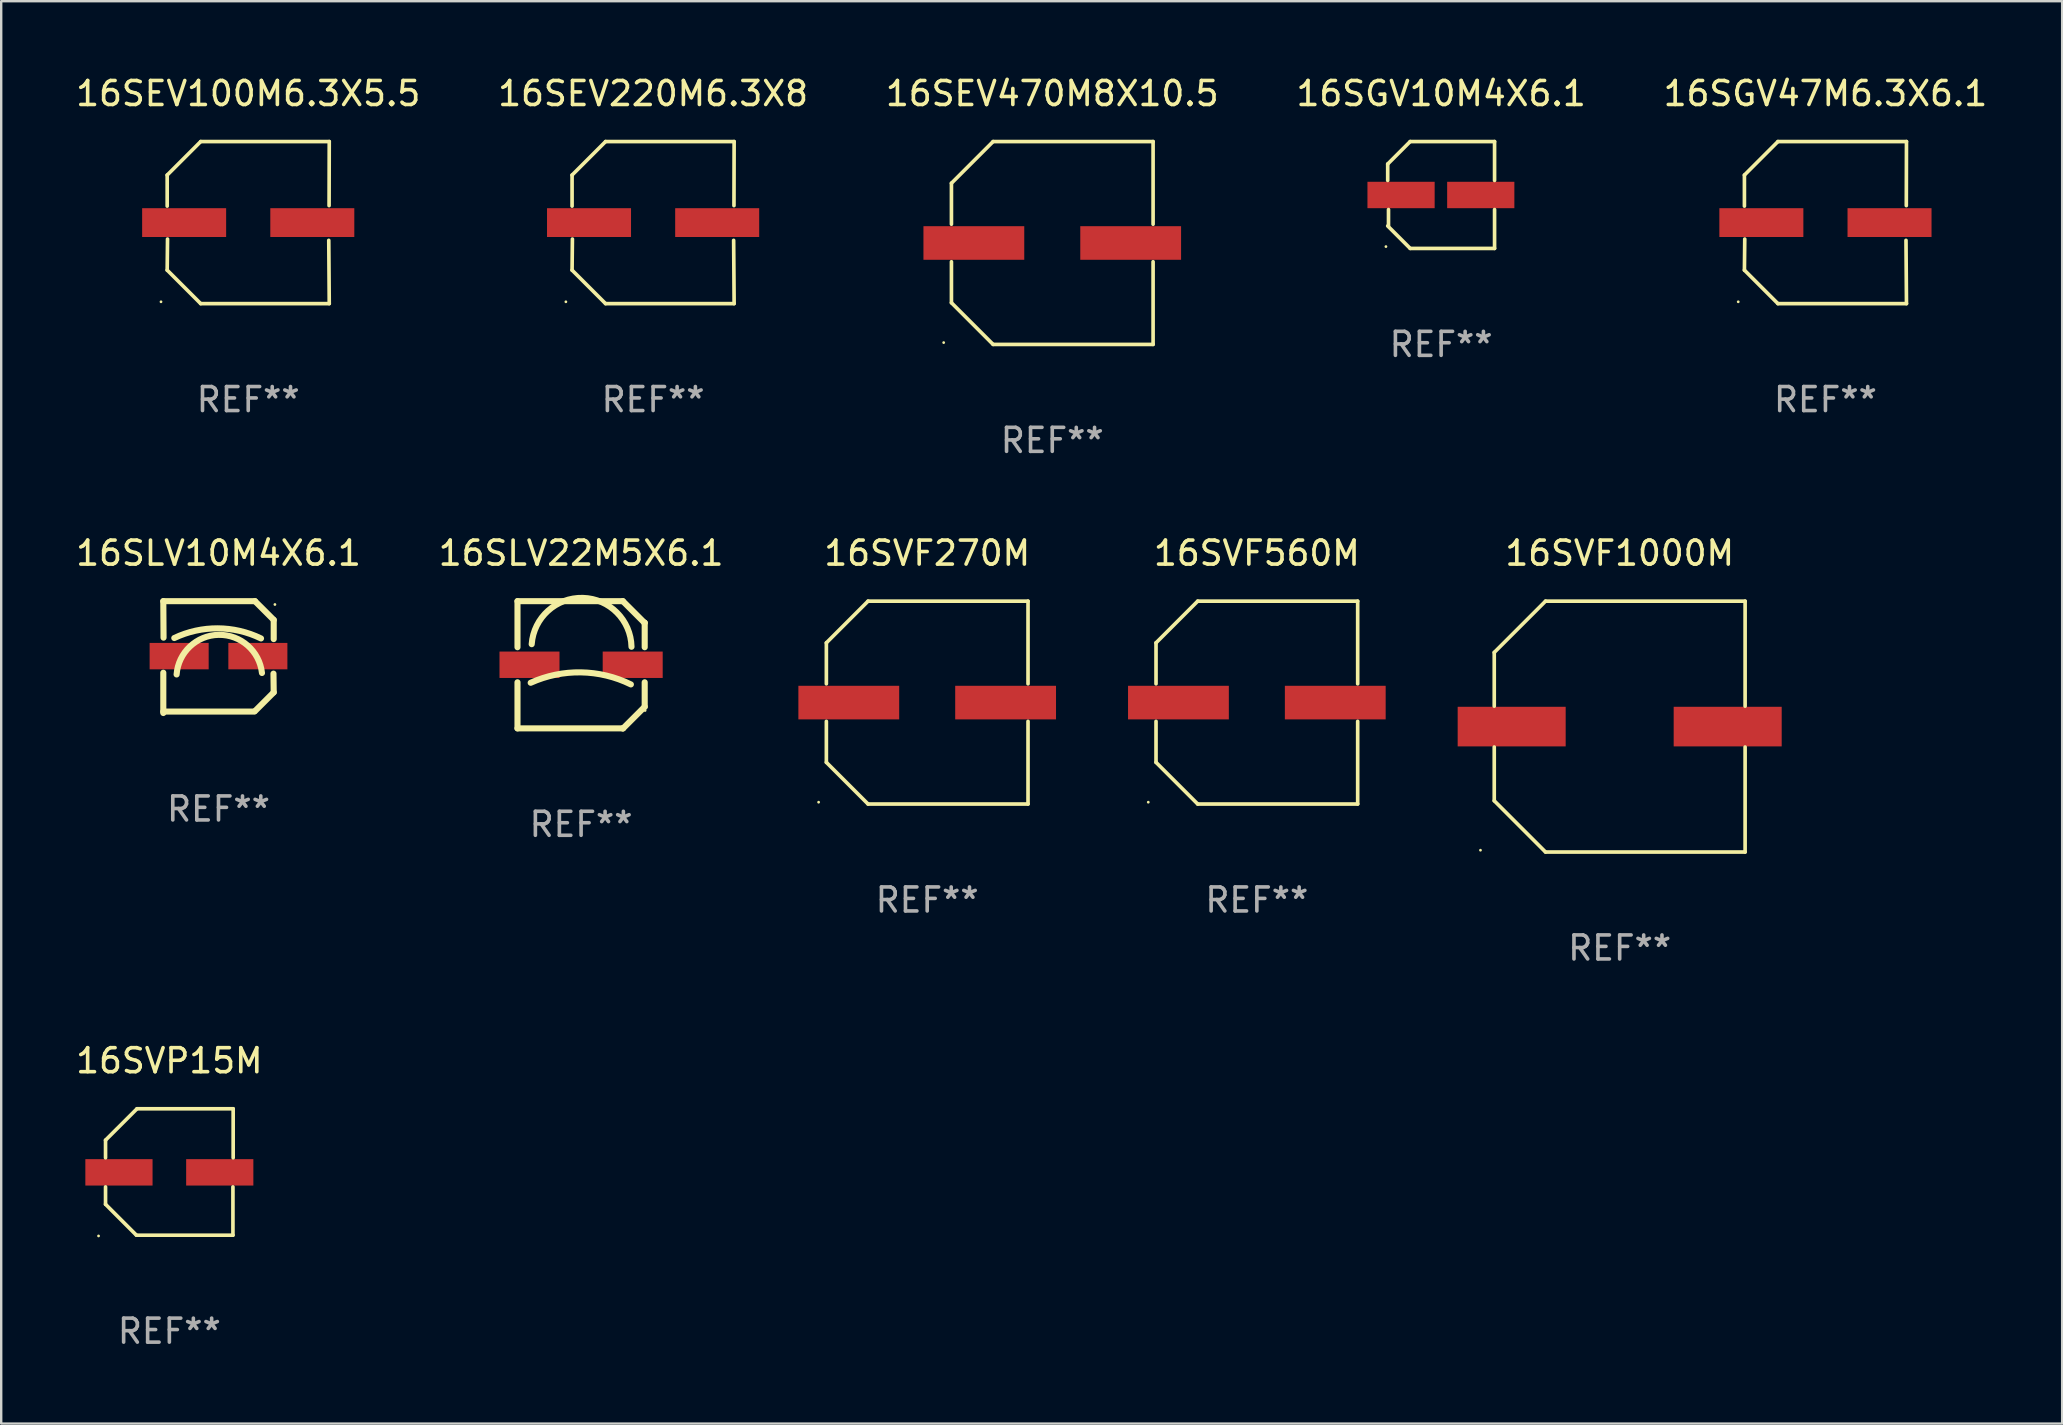
<source format=kicad_pcb>
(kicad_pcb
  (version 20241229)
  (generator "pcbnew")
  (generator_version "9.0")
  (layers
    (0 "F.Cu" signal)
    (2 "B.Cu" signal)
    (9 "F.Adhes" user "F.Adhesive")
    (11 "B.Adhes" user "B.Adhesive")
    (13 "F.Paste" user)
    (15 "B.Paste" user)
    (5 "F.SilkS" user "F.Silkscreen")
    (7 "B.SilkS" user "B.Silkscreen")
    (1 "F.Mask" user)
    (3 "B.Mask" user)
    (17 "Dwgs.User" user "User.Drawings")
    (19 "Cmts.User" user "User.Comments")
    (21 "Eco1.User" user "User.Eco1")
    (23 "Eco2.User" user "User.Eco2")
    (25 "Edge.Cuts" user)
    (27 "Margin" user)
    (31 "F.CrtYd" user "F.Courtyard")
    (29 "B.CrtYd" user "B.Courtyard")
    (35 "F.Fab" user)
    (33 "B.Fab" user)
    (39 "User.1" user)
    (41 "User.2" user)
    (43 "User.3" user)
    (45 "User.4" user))
  (footprint "16SVF270M"
    (layer "F.Cu")
    (at 35.581 26.223)
    (property "Reference" "16SVF270M" (at 0 -6.226 0) (layer "F.SilkS") (effects (font (size 1 1) (thickness 0.15))))
    (attr through_hole)
    (fp_line (start -4.201 -2.49) (end -4.201 -0.782) (stroke (width 0.152) (type solid)) (layer "F.SilkS"))
    (fp_line (start -4.201 2.49) (end -4.201 0.782) (stroke (width 0.152) (type solid)) (layer "F.SilkS"))
    (fp_line (start -2.465 -4.226) (end -4.201 -2.49) (stroke (width 0.152) (type solid)) (layer "F.SilkS"))
    (fp_line (start -2.465 4.226) (end -4.201 2.49) (stroke (width 0.152) (type solid)) (layer "F.SilkS"))
    (fp_line (start 4.201 -4.226) (end -2.465 -4.226) (stroke (width 0.152) (type solid)) (layer "F.SilkS"))
    (fp_line (start 4.201 -0.782) (end 4.201 -4.226) (stroke (width 0.152) (type solid)) (layer "F.SilkS"))
    (fp_line (start 4.201 0.782) (end 4.201 4.226) (stroke (width 0.152) (type solid)) (layer "F.SilkS"))
    (fp_line (start 4.201 4.226) (end -2.465 4.226) (stroke (width 0.152) (type solid)) (layer "F.SilkS"))
    (fp_circle (center -4.524 4.15) (end -4.494 4.15) (stroke (width 0.06) (type solid)) (fill no) (layer "F.SilkS"))
    (fp_text user "REF**" (at 0 8.226 0) (layer "F.Fab") (effects (font (size 1 1) (thickness 0.15))))
    (pad "1" smd rect (at -3.267 0) (size 4.2 1.4) (layers "F.Cu" "F.Mask" "F.Paste"))
    (pad "2" smd rect (at 3.267 0) (size 4.2 1.4) (layers "F.Cu" "F.Mask" "F.Paste")))
  (footprint "16SLV22M5X6.1"
    (layer "F.Cu")
    (at 21.161 24.647)
    (property "Reference" "16SLV22M5X6.1" (at 0 -4.65 0) (layer "F.SilkS") (effects (font (size 1 1) (thickness 0.15))))
    (attr through_hole)
    (fp_line (start -2.65 -2.65) (end 1.74 -2.65) (stroke (width 0.254) (type solid)) (layer "F.SilkS"))
    (fp_line (start -2.65 -0.731) (end -2.65 -2.65) (stroke (width 0.254) (type solid)) (layer "F.SilkS"))
    (fp_line (start -2.65 2.65) (end -2.65 0.731) (stroke (width 0.254) (type solid)) (layer "F.SilkS"))
    (fp_line (start -2.65 2.65) (end 1.73 2.65) (stroke (width 0.254) (type solid)) (layer "F.SilkS"))
    (fp_line (start 1.73 2.65) (end 1.75 2.65) (stroke (width 0.254) (type solid)) (layer "F.SilkS"))
    (fp_line (start 1.75 2.65) (end 2.65 1.75) (stroke (width 0.254) (type solid)) (layer "F.SilkS"))
    (fp_line (start 2.64 -1.75) (end 1.74 -2.65) (stroke (width 0.254) (type solid)) (layer "F.SilkS"))
    (fp_line (start 2.65 -1.75) (end 2.64 -1.75) (stroke (width 0.254) (type solid)) (layer "F.SilkS"))
    (fp_line (start 2.65 -0.731) (end 2.65 -1.75) (stroke (width 0.254) (type solid)) (layer "F.SilkS"))
    (fp_line (start 2.65 1.75) (end 2.65 0.731) (stroke (width 0.254) (type solid)) (layer "F.SilkS"))
    (fp_arc (start -2.1 0.749886) (mid -0.005214 0.316693) (end 2.074168 0.818644) (stroke (width 0.254001) (type solid)) (layer "F.SilkS"))
    (fp_arc (start -2.058369 -0.857759) (mid 0.072137 -2.78601) (end 2.1 -0.750089) (stroke (width 0.254001) (type solid)) (layer "F.SilkS"))
    (fp_circle (center 2.667 1.905) (end 2.697 1.905) (stroke (width 0.06) (type solid)) (fill no) (layer "F.SilkS"))
    (fp_text user "REF**" (at 0 6.65 0) (layer "F.Fab") (effects (font (size 1 1) (thickness 0.15))))
    (pad "1" smd rect (at 2.15 0) (size 2.5 1.1) (layers "F.Cu" "F.Mask" "F.Paste"))
    (pad "2" smd rect (at -2.15 0) (size 2.5 1.1) (layers "F.Cu" "F.Mask" "F.Paste")))
  (footprint "16SLV10M4X6.1"
    (layer "F.Cu")
    (at 6.054 24.327)
    (property "Reference" "16SLV10M4X6.1" (at 0 -4.33 0) (layer "F.SilkS") (effects (font (size 1 1) (thickness 0.15))))
    (attr through_hole)
    (fp_line (start -2.3 -2.33) (end 1.52 -2.33) (stroke (width 0.254) (type solid)) (layer "F.SilkS"))
    (fp_line (start -2.3 2.27) (end 1.49 2.27) (stroke (width 0.254) (type solid)) (layer "F.SilkS"))
    (fp_line (start -2.3 2.33) (end -2.3 0.651) (stroke (width 0.254) (type solid)) (layer "F.SilkS"))
    (fp_line (start -2.29 -0.81) (end -2.3 -2.33) (stroke (width 0.254) (type solid)) (layer "F.SilkS"))
    (fp_line (start 2.3 -1.55) (end 1.52 -2.33) (stroke (width 0.254) (type solid)) (layer "F.SilkS"))
    (fp_line (start 2.3 1.47) (end 1.52 2.25) (stroke (width 0.254) (type solid)) (layer "F.SilkS"))
    (fp_line (start 2.3 1.47) (end 2.29 0.69) (stroke (width 0.254) (type solid)) (layer "F.SilkS"))
    (fp_line (start 2.3 -0.75) (end 2.3 -1.55) (stroke (width 0.254) (type solid)) (layer "F.SilkS"))
    (fp_arc (start -1.842151 -0.794552) (mid -0.033717 -1.197402) (end 1.770752 -0.777152) (stroke (width 0.254001) (type solid)) (layer "F.SilkS"))
    (fp_arc (start -1.745757 0.723659) (mid 0.004392 -0.926664) (end 1.810884 0.661786) (stroke (width 0.254001) (type solid)) (layer "F.SilkS"))
    (fp_circle (center 2.35 -2.191) (end 2.38 -2.191) (stroke (width 0.06) (type solid)) (fill no) (layer "F.SilkS"))
    (fp_text user "REF**" (at 0 6.33 0) (layer "F.Fab") (effects (font (size 1 1) (thickness 0.15))))
    (pad "1" smd rect (at 1.64 -0.04) (size 2.46 1.1) (layers "F.Cu" "F.Mask" "F.Paste"))
    (pad "2" smd rect (at -1.64 -0.04) (size 2.46 1.1) (layers "F.Cu" "F.Mask" "F.Paste")))
  (footprint "16SEV220M6.3X8"
    (layer "F.Cu")
    (at 24.161 6.224)
    (property "Reference" "16SEV220M6.3X8" (at 0 -5.376 0) (layer "F.SilkS") (effects (font (size 1 1) (thickness 0.15))))
    (attr through_hole)
    (fp_line (start -3.376 -1.98) (end -3.376 -0.686) (stroke (width 0.152) (type solid)) (layer "F.SilkS"))
    (fp_line (start -3.376 1.981) (end -3.362 0.686) (stroke (width 0.152) (type solid)) (layer "F.SilkS"))
    (fp_line (start -1.981 3.376) (end -3.376 1.981) (stroke (width 0.152) (type solid)) (layer "F.SilkS"))
    (fp_line (start -1.98 -3.376) (end -3.376 -1.98) (stroke (width 0.152) (type solid)) (layer "F.SilkS"))
    (fp_line (start 3.356 0.74) (end 3.376 3.376) (stroke (width 0.152) (type solid)) (layer "F.SilkS"))
    (fp_line (start 3.369 -0.707) (end 3.376 -3.376) (stroke (width 0.152) (type solid)) (layer "F.SilkS"))
    (fp_line (start 3.376 3.376) (end -1.981 3.376) (stroke (width 0.152) (type solid)) (layer "F.SilkS"))
    (fp_line (start 3.376 -3.376) (end -1.98 -3.376) (stroke (width 0.152) (type solid)) (layer "F.SilkS"))
    (fp_circle (center -3.634 3.3) (end -3.604 3.3) (stroke (width 0.06) (type solid)) (fill no) (layer "F.SilkS"))
    (fp_text user "REF**" (at 0 7.376 0) (layer "F.Fab") (effects (font (size 1 1) (thickness 0.15))))
    (pad "1" smd rect (at -2.67 0.000254) (size 3.5 1.2) (layers "F.Cu" "F.Mask" "F.Paste"))
    (pad "2" smd rect (at 2.67 0.000254) (size 3.5 1.2) (layers "F.Cu" "F.Mask" "F.Paste")))
  (footprint "16SEV470M8X10.5"
    (layer "F.Cu")
    (at 40.792 7.074)
    (property "Reference" "16SEV470M8X10.5" (at 0 -6.226 0) (layer "F.SilkS") (effects (font (size 1 1) (thickness 0.15))))
    (attr through_hole)
    (fp_line (start -4.201 -2.49) (end -4.201 -0.782) (stroke (width 0.152) (type solid)) (layer "F.SilkS"))
    (fp_line (start -4.201 2.49) (end -4.201 0.782) (stroke (width 0.152) (type solid)) (layer "F.SilkS"))
    (fp_line (start -2.465 -4.226) (end -4.201 -2.49) (stroke (width 0.152) (type solid)) (layer "F.SilkS"))
    (fp_line (start -2.465 4.226) (end -4.201 2.49) (stroke (width 0.152) (type solid)) (layer "F.SilkS"))
    (fp_line (start 4.201 -4.226) (end -2.465 -4.226) (stroke (width 0.152) (type solid)) (layer "F.SilkS"))
    (fp_line (start 4.201 -0.782) (end 4.201 -4.226) (stroke (width 0.152) (type solid)) (layer "F.SilkS"))
    (fp_line (start 4.201 0.782) (end 4.201 4.226) (stroke (width 0.152) (type solid)) (layer "F.SilkS"))
    (fp_line (start 4.201 4.226) (end -2.465 4.226) (stroke (width 0.152) (type solid)) (layer "F.SilkS"))
    (fp_circle (center -4.524 4.15) (end -4.494 4.15) (stroke (width 0.06) (type solid)) (fill no) (layer "F.SilkS"))
    (fp_text user "REF**" (at 0 8.226 0) (layer "F.Fab") (effects (font (size 1 1) (thickness 0.15))))
    (pad "1" smd rect (at -3.267 0) (size 4.2 1.4) (layers "F.Cu" "F.Mask" "F.Paste"))
    (pad "2" smd rect (at 3.267 0) (size 4.2 1.4) (layers "F.Cu" "F.Mask" "F.Paste")))
  (footprint "16SVF560M"
    (layer "F.Cu")
    (at 49.316 26.223)
    (property "Reference" "16SVF560M" (at 0 -6.226 0) (layer "F.SilkS") (effects (font (size 1 1) (thickness 0.15))))
    (attr through_hole)
    (fp_line (start -4.201 -2.49) (end -4.201 -0.782) (stroke (width 0.152) (type solid)) (layer "F.SilkS"))
    (fp_line (start -4.201 2.49) (end -4.201 0.782) (stroke (width 0.152) (type solid)) (layer "F.SilkS"))
    (fp_line (start -2.465 -4.226) (end -4.201 -2.49) (stroke (width 0.152) (type solid)) (layer "F.SilkS"))
    (fp_line (start -2.465 4.226) (end -4.201 2.49) (stroke (width 0.152) (type solid)) (layer "F.SilkS"))
    (fp_line (start 4.201 -4.226) (end -2.465 -4.226) (stroke (width 0.152) (type solid)) (layer "F.SilkS"))
    (fp_line (start 4.201 -0.782) (end 4.201 -4.226) (stroke (width 0.152) (type solid)) (layer "F.SilkS"))
    (fp_line (start 4.201 0.782) (end 4.201 4.226) (stroke (width 0.152) (type solid)) (layer "F.SilkS"))
    (fp_line (start 4.201 4.226) (end -2.465 4.226) (stroke (width 0.152) (type solid)) (layer "F.SilkS"))
    (fp_circle (center -4.524 4.15) (end -4.494 4.15) (stroke (width 0.06) (type solid)) (fill no) (layer "F.SilkS"))
    (fp_text user "REF**" (at 0 8.226 0) (layer "F.Fab") (effects (font (size 1 1) (thickness 0.15))))
    (pad "1" smd rect (at -3.267 0) (size 4.2 1.4) (layers "F.Cu" "F.Mask" "F.Paste"))
    (pad "2" smd rect (at 3.267 0) (size 4.2 1.4) (layers "F.Cu" "F.Mask" "F.Paste")))
  (footprint "16SGV10M4X6.1"
    (layer "F.Cu")
    (at 56.994 5.074)
    (property "Reference" "16SGV10M4X6.1" (at 0 -4.226 0) (layer "F.SilkS") (effects (font (size 1 1) (thickness 0.15))))
    (attr through_hole)
    (fp_line (start -2.226 -1.29) (end -2.226 -0.607) (stroke (width 0.152) (type solid)) (layer "F.SilkS"))
    (fp_line (start -2.193 1.29) (end -2.193 0.607) (stroke (width 0.152) (type solid)) (layer "F.SilkS"))
    (fp_line (start -1.29 2.226) (end -2.226 1.29) (stroke (width 0.152) (type solid)) (layer "F.SilkS"))
    (fp_line (start -1.29 -2.226) (end -2.226 -1.29) (stroke (width 0.152) (type solid)) (layer "F.SilkS"))
    (fp_line (start 2.226 -2.226) (end -1.29 -2.226) (stroke (width 0.152) (type solid)) (layer "F.SilkS"))
    (fp_line (start 2.226 -0.607) (end 2.226 -2.226) (stroke (width 0.152) (type solid)) (layer "F.SilkS"))
    (fp_line (start 2.226 0.607) (end 2.226 2.226) (stroke (width 0.152) (type solid)) (layer "F.SilkS"))
    (fp_line (start 2.226 2.226) (end -1.29 2.226) (stroke (width 0.152) (type solid)) (layer "F.SilkS"))
    (fp_circle (center -2.3 2.15) (end -2.27 2.15) (stroke (width 0.06) (type solid)) (fill no) (layer "F.SilkS"))
    (fp_text user "REF**" (at 0 6.226 0) (layer "F.Fab") (effects (font (size 1 1) (thickness 0.15))))
    (pad "1" smd rect (at -1.67 -0.000025) (size 2.8 1.1) (layers "F.Cu" "F.Mask" "F.Paste"))
    (pad "2" smd rect (at 1.651 -0.000025) (size 2.8 1.1) (layers "F.Cu" "F.Mask" "F.Paste")))
  (footprint "16SEV100M6.3X5.5"
    (layer "F.Cu")
    (at 7.292 6.224)
    (property "Reference" "16SEV100M6.3X5.5" (at 0 -5.376 0) (layer "F.SilkS") (effects (font (size 1 1) (thickness 0.15))))
    (attr through_hole)
    (fp_line (start -3.376 -1.98) (end -3.376 -0.686) (stroke (width 0.152) (type solid)) (layer "F.SilkS"))
    (fp_line (start -3.376 1.981) (end -3.362 0.686) (stroke (width 0.152) (type solid)) (layer "F.SilkS"))
    (fp_line (start -1.981 3.376) (end -3.376 1.981) (stroke (width 0.152) (type solid)) (layer "F.SilkS"))
    (fp_line (start -1.98 -3.376) (end -3.376 -1.98) (stroke (width 0.152) (type solid)) (layer "F.SilkS"))
    (fp_line (start 3.356 0.74) (end 3.376 3.376) (stroke (width 0.152) (type solid)) (layer "F.SilkS"))
    (fp_line (start 3.369 -0.707) (end 3.376 -3.376) (stroke (width 0.152) (type solid)) (layer "F.SilkS"))
    (fp_line (start 3.376 3.376) (end -1.981 3.376) (stroke (width 0.152) (type solid)) (layer "F.SilkS"))
    (fp_line (start 3.376 -3.376) (end -1.98 -3.376) (stroke (width 0.152) (type solid)) (layer "F.SilkS"))
    (fp_circle (center -3.634 3.3) (end -3.604 3.3) (stroke (width 0.06) (type solid)) (fill no) (layer "F.SilkS"))
    (fp_text user "REF**" (at 0 7.376 0) (layer "F.Fab") (effects (font (size 1 1) (thickness 0.15))))
    (pad "1" smd rect (at -2.67 0.000254) (size 3.5 1.2) (layers "F.Cu" "F.Mask" "F.Paste"))
    (pad "2" smd rect (at 2.67 0.000254) (size 3.5 1.2) (layers "F.Cu" "F.Mask" "F.Paste")))
  (footprint "16SVP15M"
    (layer "F.Cu")
    (at 4.006 45.78)
    (property "Reference" "16SVP15M" (at 0 -4.634 0) (layer "F.SilkS") (effects (font (size 1 1) (thickness 0.15))))
    (attr through_hole)
    (fp_line (start -2.659 -1.326) (end -2.659 -0.592) (stroke (width 0.152) (type solid)) (layer "F.SilkS"))
    (fp_line (start -2.659 1.346) (end -2.659 0.622) (stroke (width 0.152) (type solid)) (layer "F.SilkS"))
    (fp_line (start -1.372 2.634) (end -2.659 1.346) (stroke (width 0.152) (type solid)) (layer "F.SilkS"))
    (fp_line (start -1.349 -2.634) (end -2.659 -1.326) (stroke (width 0.152) (type solid)) (layer "F.SilkS"))
    (fp_line (start 2.649 0.622) (end 2.649 2.634) (stroke (width 0.152) (type solid)) (layer "F.SilkS"))
    (fp_line (start 2.649 2.634) (end -1.372 2.634) (stroke (width 0.152) (type solid)) (layer "F.SilkS"))
    (fp_line (start 2.659 -2.634) (end -1.349 -2.634) (stroke (width 0.152) (type solid)) (layer "F.SilkS"))
    (fp_line (start 2.659 -0.592) (end 2.659 -2.634) (stroke (width 0.152) (type solid)) (layer "F.SilkS"))
    (fp_circle (center -2.95 2.665) (end -2.92 2.665) (stroke (width 0.06) (type solid)) (fill no) (layer "F.SilkS"))
    (fp_text user "REF**" (at 0 6.634 0) (layer "F.Fab") (effects (font (size 1 1) (thickness 0.15))))
    (pad "1" smd rect (at -2.1 0.015) (size 2.8 1.1) (layers "F.Cu" "F.Mask" "F.Paste"))
    (pad "2" smd rect (at 2.1 0.015) (size 2.8 1.1) (layers "F.Cu" "F.Mask" "F.Paste")))
  (footprint "16SVF1000M"
    (layer "F.Cu")
    (at 64.433 27.223)
    (property "Reference" "16SVF1000M" (at 0 -7.226 0) (layer "F.SilkS") (effects (font (size 1 1) (thickness 0.15))))
    (attr through_hole)
    (fp_line (start -5.226 -3.09) (end -5.226 -0.852) (stroke (width 0.152) (type solid)) (layer "F.SilkS"))
    (fp_line (start -5.226 3.09) (end -5.226 0.852) (stroke (width 0.152) (type solid)) (layer "F.SilkS"))
    (fp_line (start -3.09 -5.226) (end -5.226 -3.09) (stroke (width 0.152) (type solid)) (layer "F.SilkS"))
    (fp_line (start -3.09 5.226) (end -5.226 3.09) (stroke (width 0.152) (type solid)) (layer "F.SilkS"))
    (fp_line (start 5.226 -5.226) (end -3.09 -5.226) (stroke (width 0.152) (type solid)) (layer "F.SilkS"))
    (fp_line (start 5.226 -0.852) (end 5.226 -5.226) (stroke (width 0.152) (type solid)) (layer "F.SilkS"))
    (fp_line (start 5.226 0.852) (end 5.226 5.226) (stroke (width 0.152) (type solid)) (layer "F.SilkS"))
    (fp_line (start 5.226 5.226) (end -3.09 5.226) (stroke (width 0.152) (type solid)) (layer "F.SilkS"))
    (fp_circle (center -5.8 5.15) (end -5.77 5.15) (stroke (width 0.06) (type solid)) (fill no) (layer "F.SilkS"))
    (fp_text user "REF**" (at 0 9.226 0) (layer "F.Fab") (effects (font (size 1 1) (thickness 0.15))))
    (pad "1" smd rect (at -4.5 0) (size 4.5 1.65) (layers "F.Cu" "F.Mask" "F.Paste"))
    (pad "2" smd rect (at 4.5 0) (size 4.5 1.65) (layers "F.Cu" "F.Mask" "F.Paste")))
  (footprint "16SGV47M6.3X6.1"
    (layer "F.Cu")
    (at 73.006 6.224)
    (property "Reference" "16SGV47M6.3X6.1" (at 0 -5.376 0) (layer "F.SilkS") (effects (font (size 1 1) (thickness 0.15))))
    (attr through_hole)
    (fp_line (start -3.376 -1.98) (end -3.376 -0.686) (stroke (width 0.152) (type solid)) (layer "F.SilkS"))
    (fp_line (start -3.376 1.981) (end -3.362 0.686) (stroke (width 0.152) (type solid)) (layer "F.SilkS"))
    (fp_line (start -1.981 3.376) (end -3.376 1.981) (stroke (width 0.152) (type solid)) (layer "F.SilkS"))
    (fp_line (start -1.98 -3.376) (end -3.376 -1.98) (stroke (width 0.152) (type solid)) (layer "F.SilkS"))
    (fp_line (start 3.356 0.74) (end 3.376 3.376) (stroke (width 0.152) (type solid)) (layer "F.SilkS"))
    (fp_line (start 3.369 -0.707) (end 3.376 -3.376) (stroke (width 0.152) (type solid)) (layer "F.SilkS"))
    (fp_line (start 3.376 3.376) (end -1.981 3.376) (stroke (width 0.152) (type solid)) (layer "F.SilkS"))
    (fp_line (start 3.376 -3.376) (end -1.98 -3.376) (stroke (width 0.152) (type solid)) (layer "F.SilkS"))
    (fp_circle (center -3.634 3.3) (end -3.604 3.3) (stroke (width 0.06) (type solid)) (fill no) (layer "F.SilkS"))
    (fp_text user "REF**" (at 0 7.376 0) (layer "F.Fab") (effects (font (size 1 1) (thickness 0.15))))
    (pad "1" smd rect (at -2.67 0.000254) (size 3.5 1.2) (layers "F.Cu" "F.Mask" "F.Paste"))
    (pad "2" smd rect (at 2.67 0.000254) (size 3.5 1.2) (layers "F.Cu" "F.Mask" "F.Paste")))
  (gr_rect
    (start -3 -3)
    (end 82.869 56.262)
    (stroke (width 0.1) (type default))
    (fill no)
    (layer "Edge.Cuts")))
</source>
